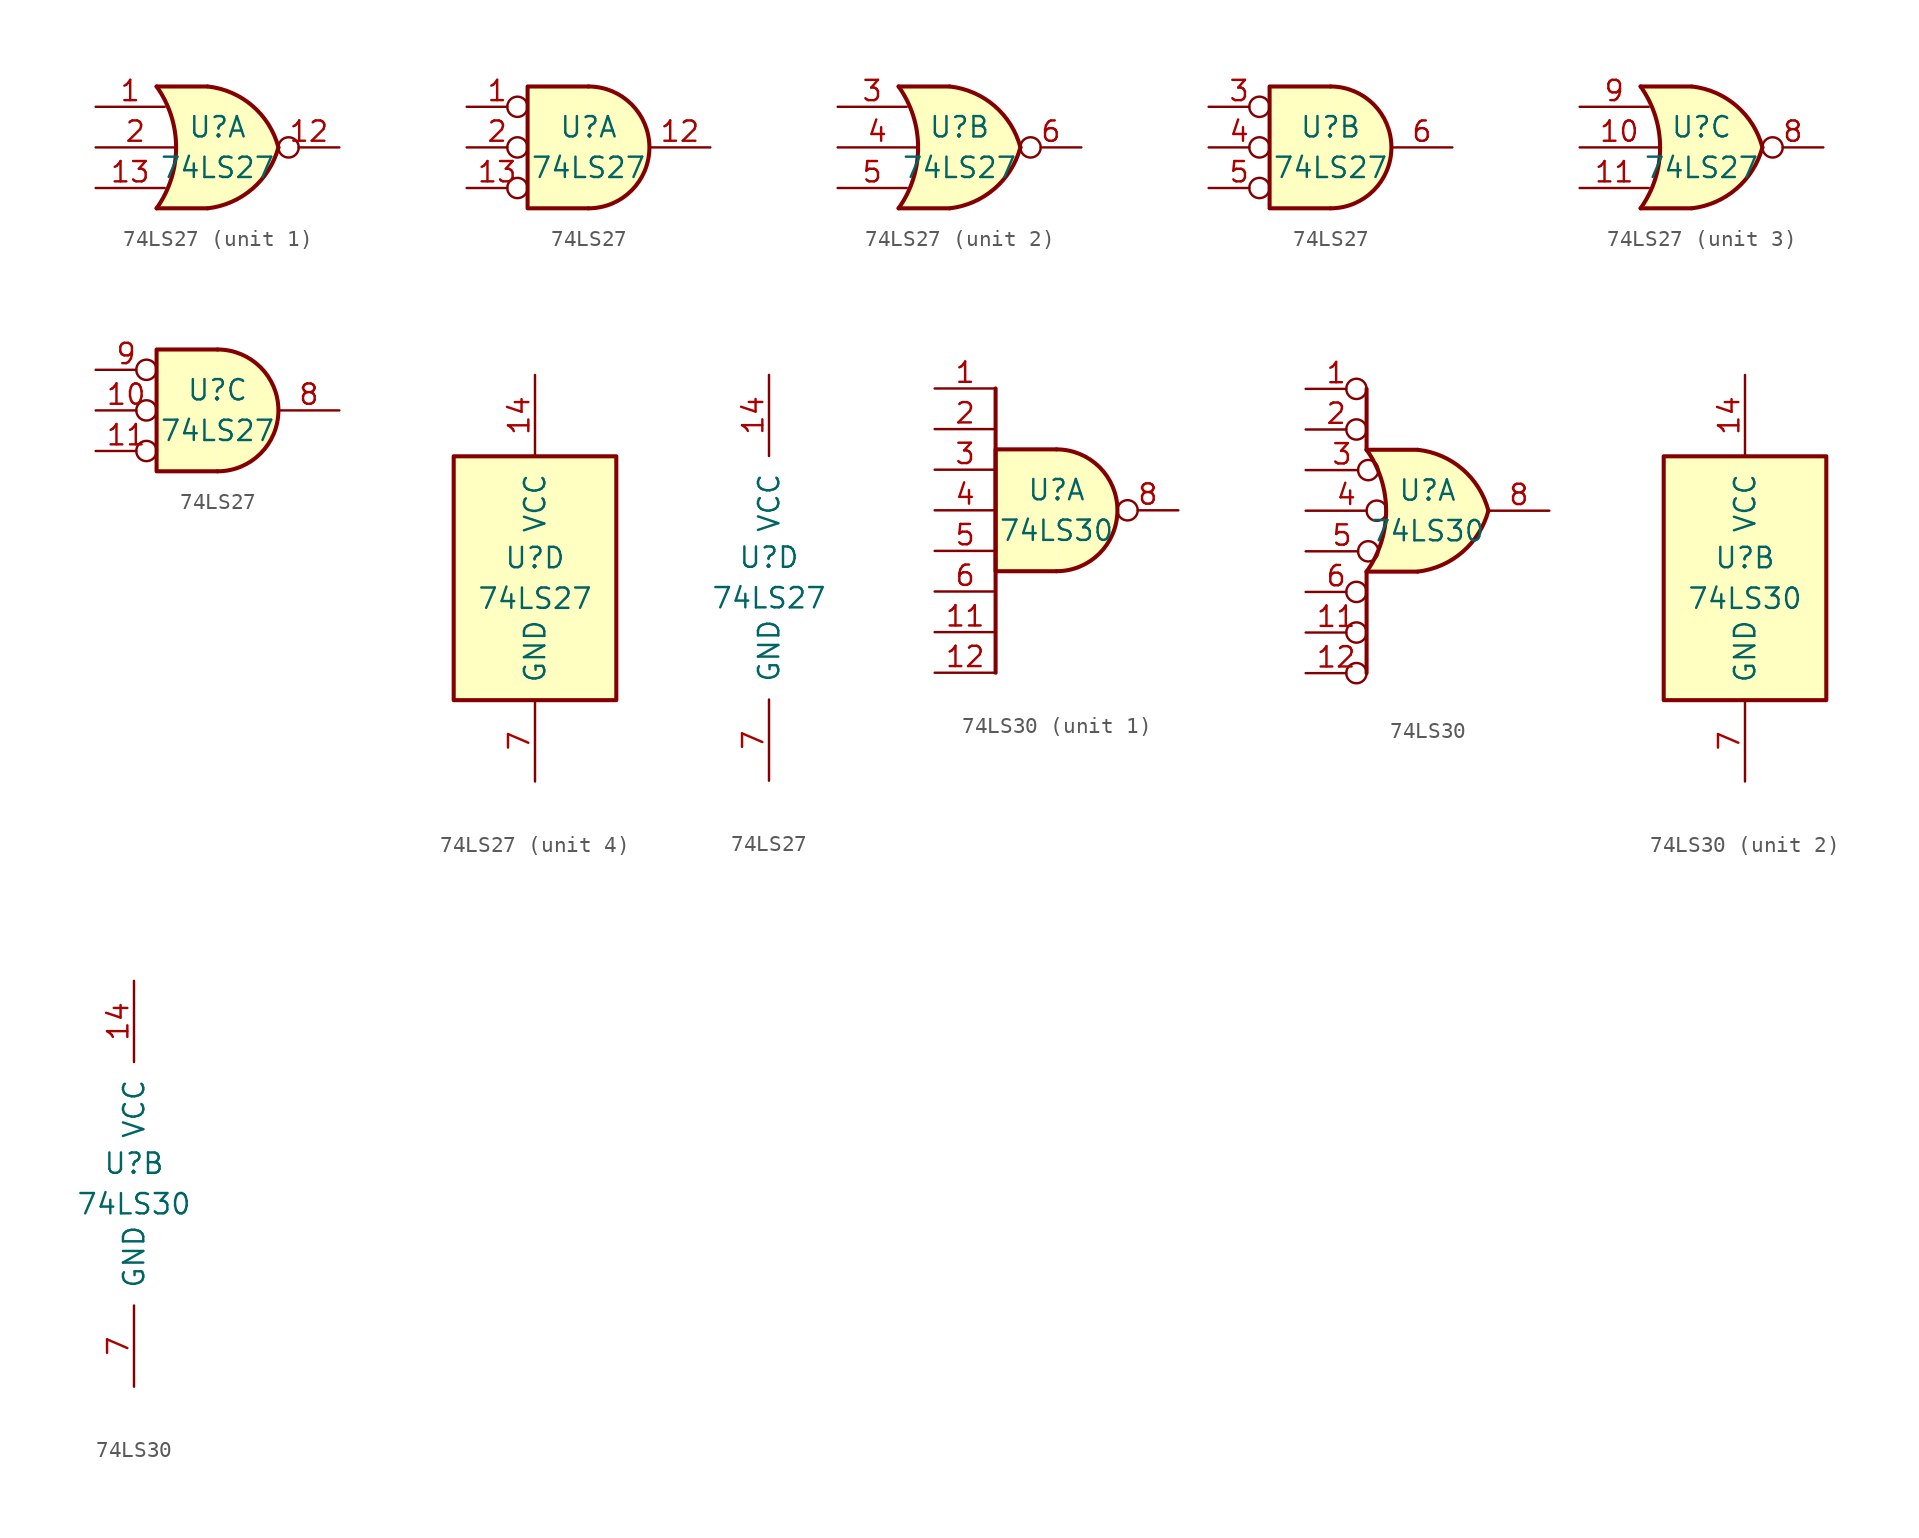
<source format=kicad_sym>
(kicad_symbol_lib
  (version 20211014)
  (generator kicad_symbol_editor)
  (symbol "74LS27"
    (pin_names
      (offset 1.016))
    (property "Reference" "U"
      (at 0 1.27 0)
      (effects (font (size 1.27 1.27))))
    (property "Value" "74LS27"
      (at 0 -1.27 0)
      (effects (font (size 1.27 1.27))))
    (property "ki_locked" ""
      (at 0 0 0)
      (effects (font (size 1.27 1.27))))
    (symbol "74LS27_1_1"
      (arc (start -3.81 -3.81) (mid -2.589 0) (end -3.81 3.81) (stroke (width 0.254) (type default) (color 0 0 0 0)) (fill (type none)))
      (arc (start -0.6096 -3.81) (mid 2.1855 -2.584) (end 3.81 0) (stroke (width 0.254) (type default) (color 0 0 0 0)) (fill (type background)))
      (polyline (pts (xy -3.81 -3.81) (xy -0.635 -3.81)) (stroke (width 0.254) (type default) (color 0 0 0 0)) (fill (type background)))
      (polyline (pts (xy -3.81 3.81) (xy -0.635 3.81)) (stroke (width 0.254) (type default) (color 0 0 0 0)) (fill (type background)))
      (polyline (pts (xy -0.635 3.81) (xy -3.81 3.81) (xy -3.81 3.81) (xy -3.556 3.404) (xy -3.023 2.261) (xy -2.692 1.041) (xy -2.616 -0.254) (xy -2.769 -1.499) (xy -3.175 -2.718) (xy -3.81 -3.81) (xy -3.81 -3.81) (xy -0.635 -3.81)) (stroke (width -25.4) (type default) (color 0 0 0 0)) (fill (type background)))
      (arc (start 3.81 0) (mid 2.1928 2.5925) (end -0.6096 3.81) (stroke (width 0.254) (type default) (color 0 0 0 0)) (fill (type background)))
      (pin input line (at -7.62 2.54 0) (length 4.318) (name "~" (effects (font (size 1.27 1.27)))) (number "1" (effects (font (size 1.27 1.27)))))
      (pin output inverted (at 7.62 0 180) (length 3.81) (name "~" (effects (font (size 1.27 1.27)))) (number "12" (effects (font (size 1.27 1.27)))))
      (pin input line (at -7.62 -2.54 0) (length 4.318) (name "~" (effects (font (size 1.27 1.27)))) (number "13" (effects (font (size 1.27 1.27)))))
      (pin input line (at -7.62 0 0) (length 4.953) (name "~" (effects (font (size 1.27 1.27)))) (number "2" (effects (font (size 1.27 1.27))))))
    (symbol "74LS27_1_2"
      (arc (start 0 -3.81) (mid 3.81 0) (end 0 3.81) (stroke (width 0.254) (type default) (color 0 0 0 0)) (fill (type background)))
      (polyline (pts (xy 0 3.81) (xy -3.81 3.81) (xy -3.81 -3.81) (xy 0 -3.81)) (stroke (width 0.254) (type default) (color 0 0 0 0)) (fill (type background)))
      (pin input inverted (at -7.62 2.54 0) (length 3.81) (name "~" (effects (font (size 1.27 1.27)))) (number "1" (effects (font (size 1.27 1.27)))))
      (pin output line (at 7.62 0 180) (length 3.81) (name "~" (effects (font (size 1.27 1.27)))) (number "12" (effects (font (size 1.27 1.27)))))
      (pin input inverted (at -7.62 -2.54 0) (length 3.81) (name "~" (effects (font (size 1.27 1.27)))) (number "13" (effects (font (size 1.27 1.27)))))
      (pin input inverted (at -7.62 0 0) (length 3.81) (name "~" (effects (font (size 1.27 1.27)))) (number "2" (effects (font (size 1.27 1.27))))))
    (symbol "74LS27_2_1"
      (arc (start -3.81 -3.81) (mid -2.589 0) (end -3.81 3.81) (stroke (width 0.254) (type default) (color 0 0 0 0)) (fill (type none)))
      (arc (start -0.6096 -3.81) (mid 2.1855 -2.584) (end 3.81 0) (stroke (width 0.254) (type default) (color 0 0 0 0)) (fill (type background)))
      (polyline (pts (xy -3.81 -3.81) (xy -0.635 -3.81)) (stroke (width 0.254) (type default) (color 0 0 0 0)) (fill (type background)))
      (polyline (pts (xy -3.81 3.81) (xy -0.635 3.81)) (stroke (width 0.254) (type default) (color 0 0 0 0)) (fill (type background)))
      (polyline (pts (xy -0.635 3.81) (xy -3.81 3.81) (xy -3.81 3.81) (xy -3.556 3.404) (xy -3.023 2.261) (xy -2.692 1.041) (xy -2.616 -0.254) (xy -2.769 -1.499) (xy -3.175 -2.718) (xy -3.81 -3.81) (xy -3.81 -3.81) (xy -0.635 -3.81)) (stroke (width -25.4) (type default) (color 0 0 0 0)) (fill (type background)))
      (arc (start 3.81 0) (mid 2.1928 2.5925) (end -0.6096 3.81) (stroke (width 0.254) (type default) (color 0 0 0 0)) (fill (type background)))
      (pin input line (at -7.62 2.54 0) (length 4.318) (name "~" (effects (font (size 1.27 1.27)))) (number "3" (effects (font (size 1.27 1.27)))))
      (pin input line (at -7.62 0 0) (length 4.953) (name "~" (effects (font (size 1.27 1.27)))) (number "4" (effects (font (size 1.27 1.27)))))
      (pin input line (at -7.62 -2.54 0) (length 4.318) (name "~" (effects (font (size 1.27 1.27)))) (number "5" (effects (font (size 1.27 1.27)))))
      (pin output inverted (at 7.62 0 180) (length 3.81) (name "~" (effects (font (size 1.27 1.27)))) (number "6" (effects (font (size 1.27 1.27))))))
    (symbol "74LS27_2_2"
      (arc (start 0 -3.81) (mid 3.81 0) (end 0 3.81) (stroke (width 0.254) (type default) (color 0 0 0 0)) (fill (type background)))
      (polyline (pts (xy 0 3.81) (xy -3.81 3.81) (xy -3.81 -3.81) (xy 0 -3.81)) (stroke (width 0.254) (type default) (color 0 0 0 0)) (fill (type background)))
      (pin input inverted (at -7.62 2.54 0) (length 3.81) (name "~" (effects (font (size 1.27 1.27)))) (number "3" (effects (font (size 1.27 1.27)))))
      (pin input inverted (at -7.62 0 0) (length 3.81) (name "~" (effects (font (size 1.27 1.27)))) (number "4" (effects (font (size 1.27 1.27)))))
      (pin input inverted (at -7.62 -2.54 0) (length 3.81) (name "~" (effects (font (size 1.27 1.27)))) (number "5" (effects (font (size 1.27 1.27)))))
      (pin output line (at 7.62 0 180) (length 3.81) (name "~" (effects (font (size 1.27 1.27)))) (number "6" (effects (font (size 1.27 1.27))))))
    (symbol "74LS27_3_1"
      (arc (start -3.81 -3.81) (mid -2.589 0) (end -3.81 3.81) (stroke (width 0.254) (type default) (color 0 0 0 0)) (fill (type none)))
      (arc (start -0.6096 -3.81) (mid 2.1855 -2.584) (end 3.81 0) (stroke (width 0.254) (type default) (color 0 0 0 0)) (fill (type background)))
      (polyline (pts (xy -3.81 -3.81) (xy -0.635 -3.81)) (stroke (width 0.254) (type default) (color 0 0 0 0)) (fill (type background)))
      (polyline (pts (xy -3.81 3.81) (xy -0.635 3.81)) (stroke (width 0.254) (type default) (color 0 0 0 0)) (fill (type background)))
      (polyline (pts (xy -0.635 3.81) (xy -3.81 3.81) (xy -3.81 3.81) (xy -3.556 3.404) (xy -3.023 2.261) (xy -2.692 1.041) (xy -2.616 -0.254) (xy -2.769 -1.499) (xy -3.175 -2.718) (xy -3.81 -3.81) (xy -3.81 -3.81) (xy -0.635 -3.81)) (stroke (width -25.4) (type default) (color 0 0 0 0)) (fill (type background)))
      (arc (start 3.81 0) (mid 2.1928 2.5925) (end -0.6096 3.81) (stroke (width 0.254) (type default) (color 0 0 0 0)) (fill (type background)))
      (pin input line (at -7.62 0 0) (length 4.953) (name "~" (effects (font (size 1.27 1.27)))) (number "10" (effects (font (size 1.27 1.27)))))
      (pin input line (at -7.62 -2.54 0) (length 4.318) (name "~" (effects (font (size 1.27 1.27)))) (number "11" (effects (font (size 1.27 1.27)))))
      (pin output inverted (at 7.62 0 180) (length 3.81) (name "~" (effects (font (size 1.27 1.27)))) (number "8" (effects (font (size 1.27 1.27)))))
      (pin input line (at -7.62 2.54 0) (length 4.318) (name "~" (effects (font (size 1.27 1.27)))) (number "9" (effects (font (size 1.27 1.27))))))
    (symbol "74LS27_3_2"
      (arc (start 0 -3.81) (mid 3.81 0) (end 0 3.81) (stroke (width 0.254) (type default) (color 0 0 0 0)) (fill (type background)))
      (polyline (pts (xy 0 3.81) (xy -3.81 3.81) (xy -3.81 -3.81) (xy 0 -3.81)) (stroke (width 0.254) (type default) (color 0 0 0 0)) (fill (type background)))
      (pin input inverted (at -7.62 0 0) (length 3.81) (name "~" (effects (font (size 1.27 1.27)))) (number "10" (effects (font (size 1.27 1.27)))))
      (pin input inverted (at -7.62 -2.54 0) (length 3.81) (name "~" (effects (font (size 1.27 1.27)))) (number "11" (effects (font (size 1.27 1.27)))))
      (pin output line (at 7.62 0 180) (length 3.81) (name "~" (effects (font (size 1.27 1.27)))) (number "8" (effects (font (size 1.27 1.27)))))
      (pin input inverted (at -7.62 2.54 0) (length 3.81) (name "~" (effects (font (size 1.27 1.27)))) (number "9" (effects (font (size 1.27 1.27))))))
    (symbol "74LS27_4_0"
      (pin power_in line (at 0 12.7 270) (length 5.08) (name "VCC" (effects (font (size 1.27 1.27)))) (number "14" (effects (font (size 1.27 1.27)))))
      (pin power_in line (at 0 -12.7 90) (length 5.08) (name "GND" (effects (font (size 1.27 1.27)))) (number "7" (effects (font (size 1.27 1.27))))))
    (symbol "74LS27_4_1"
      (rectangle (start -5.08 7.62) (end 5.08 -7.62) (stroke (width 0.254) (type default) (color 0 0 0 0)) (fill (type background)))))
  (symbol "74LS30"
    (pin_names
      (offset 1.016))
    (property "Reference" "U"
      (at 0 1.27 0)
      (effects (font (size 1.27 1.27))))
    (property "Value" "74LS30"
      (at 0 -1.27 0)
      (effects (font (size 1.27 1.27))))
    (property "ki_locked" ""
      (at 0 0 0)
      (effects (font (size 1.27 1.27))))
    (symbol "74LS30_1_1"
      (arc (start 0 -3.81) (mid 3.81 0) (end 0 3.81) (stroke (width 0.254) (type default) (color 0 0 0 0)) (fill (type background)))
      (polyline (pts (xy -3.81 7.62) (xy -3.81 -10.16)) (stroke (width 0.254) (type default) (color 0 0 0 0)) (fill (type none)))
      (polyline (pts (xy 0 3.81) (xy -3.81 3.81) (xy -3.81 -3.81) (xy 0 -3.81)) (stroke (width 0.254) (type default) (color 0 0 0 0)) (fill (type background)))
      (pin input line (at -7.62 7.62 0) (length 3.81) (name "~" (effects (font (size 1.27 1.27)))) (number "1" (effects (font (size 1.27 1.27)))))
      (pin input line (at -7.62 -7.62 0) (length 3.81) (name "~" (effects (font (size 1.27 1.27)))) (number "11" (effects (font (size 1.27 1.27)))))
      (pin input line (at -7.62 -10.16 0) (length 3.81) (name "~" (effects (font (size 1.27 1.27)))) (number "12" (effects (font (size 1.27 1.27)))))
      (pin input line (at -7.62 5.08 0) (length 3.81) (name "~" (effects (font (size 1.27 1.27)))) (number "2" (effects (font (size 1.27 1.27)))))
      (pin input line (at -7.62 2.54 0) (length 3.81) (name "~" (effects (font (size 1.27 1.27)))) (number "3" (effects (font (size 1.27 1.27)))))
      (pin input line (at -7.62 0 0) (length 3.81) (name "~" (effects (font (size 1.27 1.27)))) (number "4" (effects (font (size 1.27 1.27)))))
      (pin input line (at -7.62 -2.54 0) (length 3.81) (name "~" (effects (font (size 1.27 1.27)))) (number "5" (effects (font (size 1.27 1.27)))))
      (pin input line (at -7.62 -5.08 0) (length 3.81) (name "~" (effects (font (size 1.27 1.27)))) (number "6" (effects (font (size 1.27 1.27)))))
      (pin output inverted (at 7.62 0 180) (length 3.81) (name "~" (effects (font (size 1.27 1.27)))) (number "8" (effects (font (size 1.27 1.27))))))
    (symbol "74LS30_1_2"
      (arc (start -3.81 -3.81) (mid -2.589 0) (end -3.81 3.81) (stroke (width 0.254) (type default) (color 0 0 0 0)) (fill (type none)))
      (arc (start -0.6096 -3.81) (mid 2.1855 -2.584) (end 3.81 0) (stroke (width 0.254) (type default) (color 0 0 0 0)) (fill (type background)))
      (polyline (pts (xy -3.81 -3.81) (xy -3.81 -10.16)) (stroke (width 0.254) (type default) (color 0 0 0 0)) (fill (type none)))
      (polyline (pts (xy -3.81 -3.81) (xy -0.635 -3.81)) (stroke (width 0.254) (type default) (color 0 0 0 0)) (fill (type background)))
      (polyline (pts (xy -3.81 3.81) (xy -0.635 3.81)) (stroke (width 0.254) (type default) (color 0 0 0 0)) (fill (type background)))
      (polyline (pts (xy -3.81 7.62) (xy -3.81 3.81)) (stroke (width 0.254) (type default) (color 0 0 0 0)) (fill (type none)))
      (polyline (pts (xy -0.635 3.81) (xy -3.81 3.81) (xy -3.81 3.81) (xy -3.556 3.404) (xy -3.023 2.261) (xy -2.692 1.041) (xy -2.616 -0.254) (xy -2.769 -1.499) (xy -3.175 -2.718) (xy -3.81 -3.81) (xy -3.81 -3.81) (xy -0.635 -3.81)) (stroke (width -25.4) (type default) (color 0 0 0 0)) (fill (type background)))
      (arc (start 3.81 0) (mid 2.1928 2.5925) (end -0.6096 3.81) (stroke (width 0.254) (type default) (color 0 0 0 0)) (fill (type background)))
      (pin input inverted (at -7.62 7.62 0) (length 3.81) (name "~" (effects (font (size 1.27 1.27)))) (number "1" (effects (font (size 1.27 1.27)))))
      (pin input inverted (at -7.62 -7.62 0) (length 3.81) (name "~" (effects (font (size 1.27 1.27)))) (number "11" (effects (font (size 1.27 1.27)))))
      (pin input inverted (at -7.62 -10.16 0) (length 3.81) (name "~" (effects (font (size 1.27 1.27)))) (number "12" (effects (font (size 1.27 1.27)))))
      (pin input inverted (at -7.62 5.08 0) (length 3.81) (name "~" (effects (font (size 1.27 1.27)))) (number "2" (effects (font (size 1.27 1.27)))))
      (pin input inverted (at -7.62 2.54 0) (length 4.547) (name "~" (effects (font (size 1.27 1.27)))) (number "3" (effects (font (size 1.27 1.27)))))
      (pin input inverted (at -7.62 0 0) (length 5.08) (name "~" (effects (font (size 1.27 1.27)))) (number "4" (effects (font (size 1.27 1.27)))))
      (pin input inverted (at -7.62 -2.54 0) (length 4.547) (name "~" (effects (font (size 1.27 1.27)))) (number "5" (effects (font (size 1.27 1.27)))))
      (pin input inverted (at -7.62 -5.08 0) (length 3.81) (name "~" (effects (font (size 1.27 1.27)))) (number "6" (effects (font (size 1.27 1.27)))))
      (pin output line (at 7.62 0 180) (length 3.81) (name "~" (effects (font (size 1.27 1.27)))) (number "8" (effects (font (size 1.27 1.27))))))
    (symbol "74LS30_2_0"
      (pin power_in line (at 0 12.7 270) (length 5.08) (name "VCC" (effects (font (size 1.27 1.27)))) (number "14" (effects (font (size 1.27 1.27)))))
      (pin power_in line (at 0 -12.7 90) (length 5.08) (name "GND" (effects (font (size 1.27 1.27)))) (number "7" (effects (font (size 1.27 1.27))))))
    (symbol "74LS30_2_1"
      (rectangle (start -5.08 7.62) (end 5.08 -7.62) (stroke (width 0.254) (type default) (color 0 0 0 0)) (fill (type background))))))
</source>
